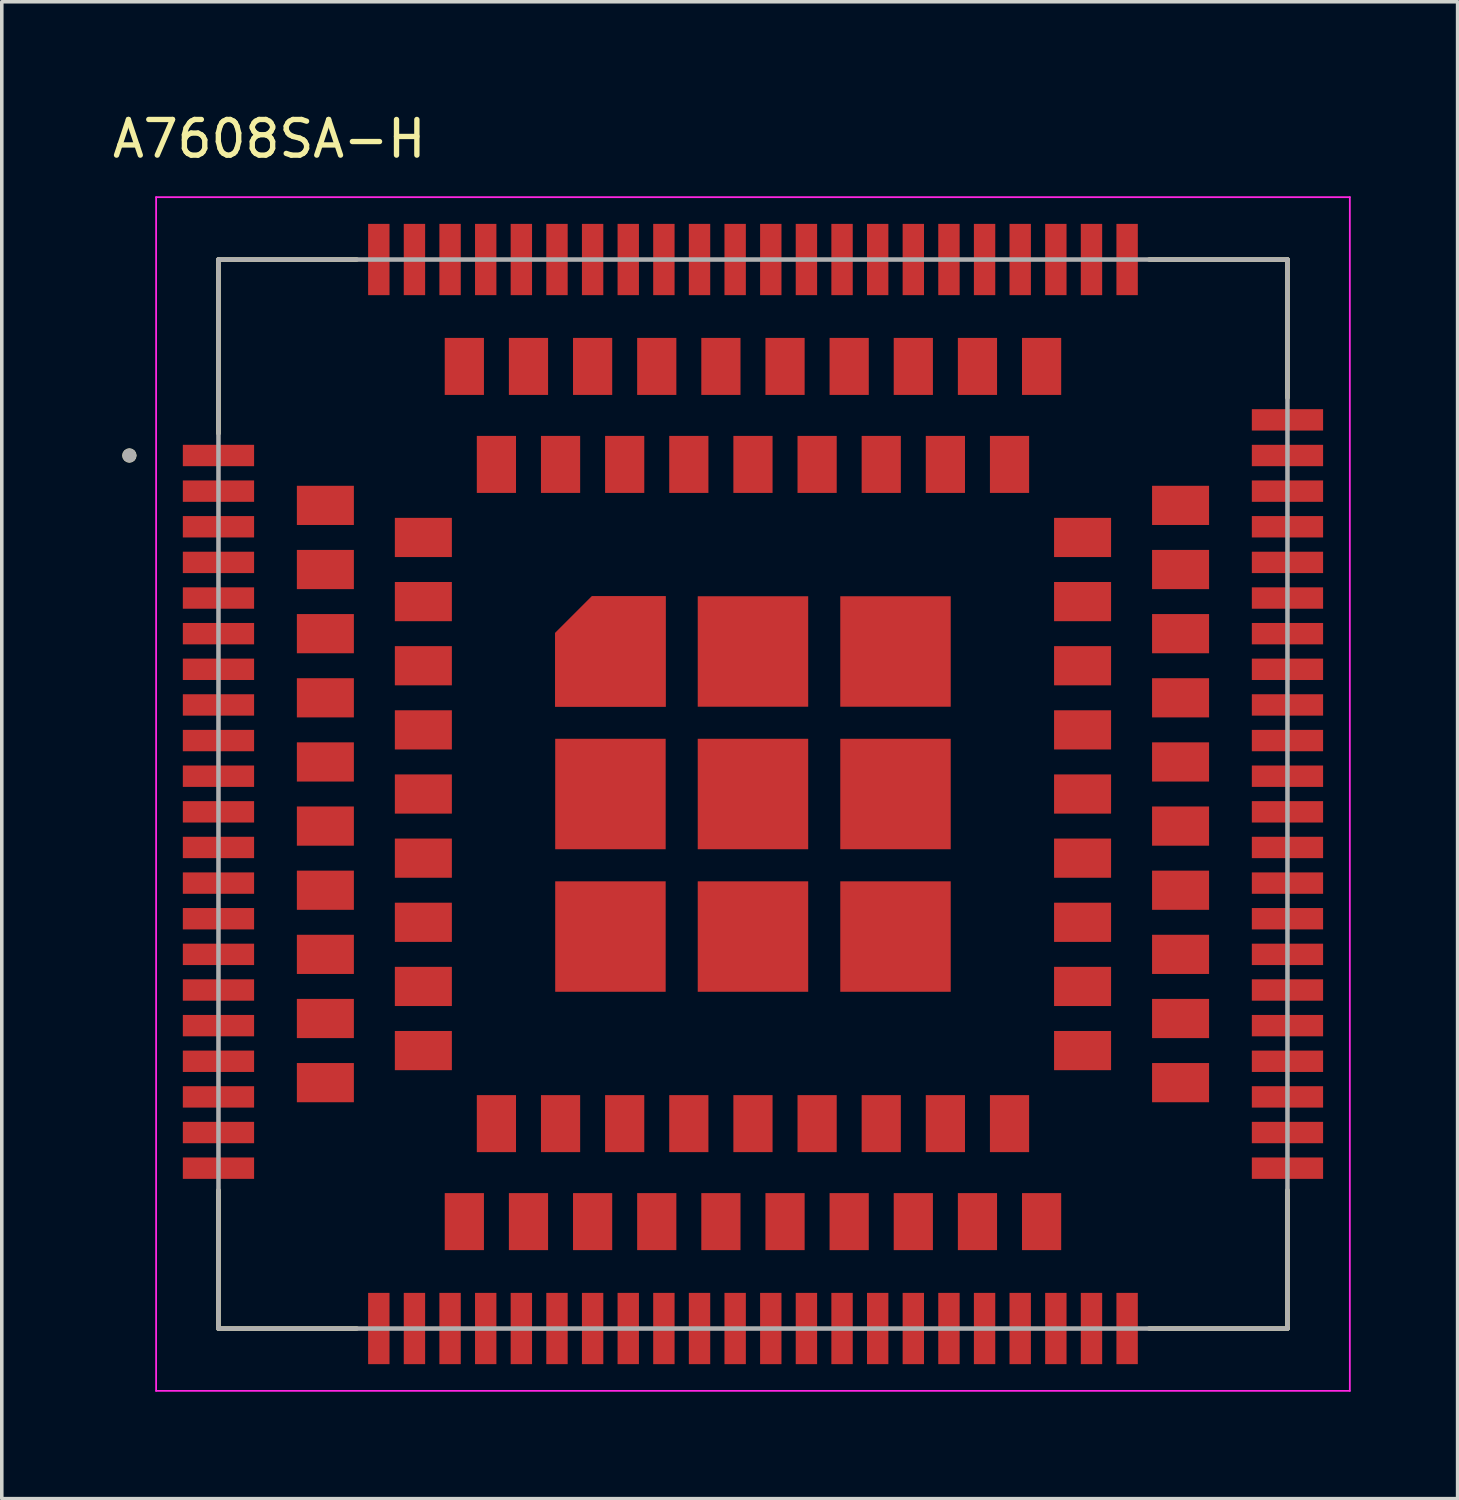
<source format=kicad_pcb>
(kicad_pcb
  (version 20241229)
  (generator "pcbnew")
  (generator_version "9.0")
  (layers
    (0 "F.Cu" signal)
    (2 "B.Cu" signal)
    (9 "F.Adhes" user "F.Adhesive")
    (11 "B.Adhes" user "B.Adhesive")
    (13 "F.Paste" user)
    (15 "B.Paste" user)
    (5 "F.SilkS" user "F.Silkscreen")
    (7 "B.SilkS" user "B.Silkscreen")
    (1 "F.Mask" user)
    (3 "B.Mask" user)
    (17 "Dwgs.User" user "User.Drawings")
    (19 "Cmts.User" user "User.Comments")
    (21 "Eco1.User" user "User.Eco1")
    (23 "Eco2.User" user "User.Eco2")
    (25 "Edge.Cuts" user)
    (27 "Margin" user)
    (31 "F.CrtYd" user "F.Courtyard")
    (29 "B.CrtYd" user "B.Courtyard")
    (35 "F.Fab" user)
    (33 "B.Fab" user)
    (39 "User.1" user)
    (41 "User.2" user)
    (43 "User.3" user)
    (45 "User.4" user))
  (footprint "A7608SA-H"
    (layer "F.Cu")
    (at 18.081 19.233)
    (property "Reference" "A7608SA-H" (at -13.575 -18.385 0) (layer "F.SilkS") (effects (font (size 1 1) (thickness 0.15))))
    (attr through_hole)
    (fp_poly (pts (xy -2.35 -2.35) (xy -5.65 -2.35) (xy -5.65 -4.561) (xy -4.561 -5.65) (xy -2.35 -5.65)) (stroke (width 0.01) (type solid)) (fill yes) (layer "F.Mask"))
    (fp_line (start -15 -15) (end -11.12 -15) (stroke (width 0.127) (type solid)) (layer "F.SilkS"))
    (fp_line (start -15 -10.12) (end -15 -15) (stroke (width 0.127) (type solid)) (layer "F.SilkS"))
    (fp_line (start -15 15) (end -15 11.12) (stroke (width 0.127) (type solid)) (layer "F.SilkS"))
    (fp_line (start -11.12 15) (end -15 15) (stroke (width 0.127) (type solid)) (layer "F.SilkS"))
    (fp_line (start 11.12 -15) (end 15 -15) (stroke (width 0.127) (type solid)) (layer "F.SilkS"))
    (fp_line (start 15 -15) (end 15 -11.12) (stroke (width 0.127) (type solid)) (layer "F.SilkS"))
    (fp_line (start 15 15) (end 11.12 15) (stroke (width 0.127) (type solid)) (layer "F.SilkS"))
    (fp_line (start 15 15) (end 15 11.12) (stroke (width 0.127) (type solid)) (layer "F.SilkS"))
    (fp_circle (center -17.5 -9.5) (end -17.4 -9.5) (stroke (width 0.2) (type solid)) (fill no) (layer "F.SilkS"))
    (fp_poly (pts (xy -16.5 -9.75) (xy -14 -9.75) (xy -14 -9.25) (xy -16.5 -9.25)) (stroke (width 0.01) (type solid)) (fill yes) (layer "F.Paste"))
    (fp_poly (pts (xy -16.5 -8.75) (xy -14 -8.75) (xy -14 -8.25) (xy -16.5 -8.25)) (stroke (width 0.01) (type solid)) (fill yes) (layer "F.Paste"))
    (fp_poly (pts (xy -16.5 -7.75) (xy -14 -7.75) (xy -14 -7.25) (xy -16.5 -7.25)) (stroke (width 0.01) (type solid)) (fill yes) (layer "F.Paste"))
    (fp_poly (pts (xy -16.5 -6.75) (xy -14 -6.75) (xy -14 -6.25) (xy -16.5 -6.25)) (stroke (width 0.01) (type solid)) (fill yes) (layer "F.Paste"))
    (fp_poly (pts (xy -16.5 -5.75) (xy -14 -5.75) (xy -14 -5.25) (xy -16.5 -5.25)) (stroke (width 0.01) (type solid)) (fill yes) (layer "F.Paste"))
    (fp_poly (pts (xy -16.5 -4.75) (xy -14 -4.75) (xy -14 -4.25) (xy -16.5 -4.25)) (stroke (width 0.01) (type solid)) (fill yes) (layer "F.Paste"))
    (fp_poly (pts (xy -16.5 -3.75) (xy -14 -3.75) (xy -14 -3.25) (xy -16.5 -3.25)) (stroke (width 0.01) (type solid)) (fill yes) (layer "F.Paste"))
    (fp_poly (pts (xy -16.5 -2.75) (xy -14 -2.75) (xy -14 -2.25) (xy -16.5 -2.25)) (stroke (width 0.01) (type solid)) (fill yes) (layer "F.Paste"))
    (fp_poly (pts (xy -16.5 -1.75) (xy -14 -1.75) (xy -14 -1.25) (xy -16.5 -1.25)) (stroke (width 0.01) (type solid)) (fill yes) (layer "F.Paste"))
    (fp_poly (pts (xy -16.5 -0.75) (xy -14 -0.75) (xy -14 -0.25) (xy -16.5 -0.25)) (stroke (width 0.01) (type solid)) (fill yes) (layer "F.Paste"))
    (fp_poly (pts (xy -16.5 0.25) (xy -14 0.25) (xy -14 0.75) (xy -16.5 0.75)) (stroke (width 0.01) (type solid)) (fill yes) (layer "F.Paste"))
    (fp_poly (pts (xy -16.5 1.25) (xy -14 1.25) (xy -14 1.75) (xy -16.5 1.75)) (stroke (width 0.01) (type solid)) (fill yes) (layer "F.Paste"))
    (fp_poly (pts (xy -16.5 2.25) (xy -14 2.25) (xy -14 2.75) (xy -16.5 2.75)) (stroke (width 0.01) (type solid)) (fill yes) (layer "F.Paste"))
    (fp_poly (pts (xy -16.5 3.25) (xy -14 3.25) (xy -14 3.75) (xy -16.5 3.75)) (stroke (width 0.01) (type solid)) (fill yes) (layer "F.Paste"))
    (fp_poly (pts (xy -16.5 4.25) (xy -14 4.25) (xy -14 4.75) (xy -16.5 4.75)) (stroke (width 0.01) (type solid)) (fill yes) (layer "F.Paste"))
    (fp_poly (pts (xy -16.5 5.25) (xy -14 5.25) (xy -14 5.75) (xy -16.5 5.75)) (stroke (width 0.01) (type solid)) (fill yes) (layer "F.Paste"))
    (fp_poly (pts (xy -16.5 6.25) (xy -14 6.25) (xy -14 6.75) (xy -16.5 6.75)) (stroke (width 0.01) (type solid)) (fill yes) (layer "F.Paste"))
    (fp_poly (pts (xy -16.5 7.25) (xy -14 7.25) (xy -14 7.75) (xy -16.5 7.75)) (stroke (width 0.01) (type solid)) (fill yes) (layer "F.Paste"))
    (fp_poly (pts (xy -16.5 8.25) (xy -14 8.25) (xy -14 8.75) (xy -16.5 8.75)) (stroke (width 0.01) (type solid)) (fill yes) (layer "F.Paste"))
    (fp_poly (pts (xy -16.5 9.25) (xy -14 9.25) (xy -14 9.75) (xy -16.5 9.75)) (stroke (width 0.01) (type solid)) (fill yes) (layer "F.Paste"))
    (fp_poly (pts (xy -16.5 10.25) (xy -14 10.25) (xy -14 10.75) (xy -16.5 10.75)) (stroke (width 0.01) (type solid)) (fill yes) (layer "F.Paste"))
    (fp_poly (pts (xy -12.7 -8.55) (xy -12.1 -8.55) (xy -12.1 -7.65) (xy -12.7 -7.65)) (stroke (width 0.01) (type solid)) (fill yes) (layer "F.Paste"))
    (fp_poly (pts (xy -12.7 -6.75) (xy -12.1 -6.75) (xy -12.1 -5.85) (xy -12.7 -5.85)) (stroke (width 0.01) (type solid)) (fill yes) (layer "F.Paste"))
    (fp_poly (pts (xy -12.7 -4.95) (xy -12.1 -4.95) (xy -12.1 -4.05) (xy -12.7 -4.05)) (stroke (width 0.01) (type solid)) (fill yes) (layer "F.Paste"))
    (fp_poly (pts (xy -12.7 -3.15) (xy -12.1 -3.15) (xy -12.1 -2.25) (xy -12.7 -2.25)) (stroke (width 0.01) (type solid)) (fill yes) (layer "F.Paste"))
    (fp_poly (pts (xy -12.7 -1.35) (xy -12.1 -1.35) (xy -12.1 -0.45) (xy -12.7 -0.45)) (stroke (width 0.01) (type solid)) (fill yes) (layer "F.Paste"))
    (fp_poly (pts (xy -12.7 0.45) (xy -12.1 0.45) (xy -12.1 1.35) (xy -12.7 1.35)) (stroke (width 0.01) (type solid)) (fill yes) (layer "F.Paste"))
    (fp_poly (pts (xy -12.7 2.25) (xy -12.1 2.25) (xy -12.1 3.15) (xy -12.7 3.15)) (stroke (width 0.01) (type solid)) (fill yes) (layer "F.Paste"))
    (fp_poly (pts (xy -12.7 4.05) (xy -12.1 4.05) (xy -12.1 4.95) (xy -12.7 4.95)) (stroke (width 0.01) (type solid)) (fill yes) (layer "F.Paste"))
    (fp_poly (pts (xy -12.7 5.85) (xy -12.1 5.85) (xy -12.1 6.75) (xy -12.7 6.75)) (stroke (width 0.01) (type solid)) (fill yes) (layer "F.Paste"))
    (fp_poly (pts (xy -12.7 7.65) (xy -12.1 7.65) (xy -12.1 8.55) (xy -12.7 8.55)) (stroke (width 0.01) (type solid)) (fill yes) (layer "F.Paste"))
    (fp_poly (pts (xy -11.9 -8.55) (xy -11.3 -8.55) (xy -11.3 -7.65) (xy -11.9 -7.65)) (stroke (width 0.01) (type solid)) (fill yes) (layer "F.Paste"))
    (fp_poly (pts (xy -11.9 -6.75) (xy -11.3 -6.75) (xy -11.3 -5.85) (xy -11.9 -5.85)) (stroke (width 0.01) (type solid)) (fill yes) (layer "F.Paste"))
    (fp_poly (pts (xy -11.9 -4.95) (xy -11.3 -4.95) (xy -11.3 -4.05) (xy -11.9 -4.05)) (stroke (width 0.01) (type solid)) (fill yes) (layer "F.Paste"))
    (fp_poly (pts (xy -11.9 -3.15) (xy -11.3 -3.15) (xy -11.3 -2.25) (xy -11.9 -2.25)) (stroke (width 0.01) (type solid)) (fill yes) (layer "F.Paste"))
    (fp_poly (pts (xy -11.9 -1.35) (xy -11.3 -1.35) (xy -11.3 -0.45) (xy -11.9 -0.45)) (stroke (width 0.01) (type solid)) (fill yes) (layer "F.Paste"))
    (fp_poly (pts (xy -11.9 0.45) (xy -11.3 0.45) (xy -11.3 1.35) (xy -11.9 1.35)) (stroke (width 0.01) (type solid)) (fill yes) (layer "F.Paste"))
    (fp_poly (pts (xy -11.9 2.25) (xy -11.3 2.25) (xy -11.3 3.15) (xy -11.9 3.15)) (stroke (width 0.01) (type solid)) (fill yes) (layer "F.Paste"))
    (fp_poly (pts (xy -11.9 4.05) (xy -11.3 4.05) (xy -11.3 4.95) (xy -11.9 4.95)) (stroke (width 0.01) (type solid)) (fill yes) (layer "F.Paste"))
    (fp_poly (pts (xy -11.9 5.85) (xy -11.3 5.85) (xy -11.3 6.75) (xy -11.9 6.75)) (stroke (width 0.01) (type solid)) (fill yes) (layer "F.Paste"))
    (fp_poly (pts (xy -11.9 7.65) (xy -11.3 7.65) (xy -11.3 8.55) (xy -11.9 8.55)) (stroke (width 0.01) (type solid)) (fill yes) (layer "F.Paste"))
    (fp_poly (pts (xy -10.75 -16.5) (xy -10.25 -16.5) (xy -10.25 -14) (xy -10.75 -14)) (stroke (width 0.01) (type solid)) (fill yes) (layer "F.Paste"))
    (fp_poly (pts (xy -10.75 14) (xy -10.25 14) (xy -10.25 16.5) (xy -10.75 16.5)) (stroke (width 0.01) (type solid)) (fill yes) (layer "F.Paste"))
    (fp_poly (pts (xy -9.95 -7.65) (xy -9.35 -7.65) (xy -9.35 -6.75) (xy -9.95 -6.75)) (stroke (width 0.01) (type solid)) (fill yes) (layer "F.Paste"))
    (fp_poly (pts (xy -9.95 -5.85) (xy -9.35 -5.85) (xy -9.35 -4.95) (xy -9.95 -4.95)) (stroke (width 0.01) (type solid)) (fill yes) (layer "F.Paste"))
    (fp_poly (pts (xy -9.95 -4.05) (xy -9.35 -4.05) (xy -9.35 -3.15) (xy -9.95 -3.15)) (stroke (width 0.01) (type solid)) (fill yes) (layer "F.Paste"))
    (fp_poly (pts (xy -9.95 -2.25) (xy -9.35 -2.25) (xy -9.35 -1.35) (xy -9.95 -1.35)) (stroke (width 0.01) (type solid)) (fill yes) (layer "F.Paste"))
    (fp_poly (pts (xy -9.95 -0.45) (xy -9.35 -0.45) (xy -9.35 0.45) (xy -9.95 0.45)) (stroke (width 0.01) (type solid)) (fill yes) (layer "F.Paste"))
    (fp_poly (pts (xy -9.95 1.35) (xy -9.35 1.35) (xy -9.35 2.25) (xy -9.95 2.25)) (stroke (width 0.01) (type solid)) (fill yes) (layer "F.Paste"))
    (fp_poly (pts (xy -9.95 3.15) (xy -9.35 3.15) (xy -9.35 4.05) (xy -9.95 4.05)) (stroke (width 0.01) (type solid)) (fill yes) (layer "F.Paste"))
    (fp_poly (pts (xy -9.95 4.95) (xy -9.35 4.95) (xy -9.35 5.85) (xy -9.95 5.85)) (stroke (width 0.01) (type solid)) (fill yes) (layer "F.Paste"))
    (fp_poly (pts (xy -9.95 6.75) (xy -9.35 6.75) (xy -9.35 7.65) (xy -9.95 7.65)) (stroke (width 0.01) (type solid)) (fill yes) (layer "F.Paste"))
    (fp_poly (pts (xy -9.75 -16.5) (xy -9.25 -16.5) (xy -9.25 -14) (xy -9.75 -14)) (stroke (width 0.01) (type solid)) (fill yes) (layer "F.Paste"))
    (fp_poly (pts (xy -9.75 14) (xy -9.25 14) (xy -9.25 16.5) (xy -9.75 16.5)) (stroke (width 0.01) (type solid)) (fill yes) (layer "F.Paste"))
    (fp_poly (pts (xy -9.15 -7.65) (xy -8.55 -7.65) (xy -8.55 -6.75) (xy -9.15 -6.75)) (stroke (width 0.01) (type solid)) (fill yes) (layer "F.Paste"))
    (fp_poly (pts (xy -9.15 -5.85) (xy -8.55 -5.85) (xy -8.55 -4.95) (xy -9.15 -4.95)) (stroke (width 0.01) (type solid)) (fill yes) (layer "F.Paste"))
    (fp_poly (pts (xy -9.15 -4.05) (xy -8.55 -4.05) (xy -8.55 -3.15) (xy -9.15 -3.15)) (stroke (width 0.01) (type solid)) (fill yes) (layer "F.Paste"))
    (fp_poly (pts (xy -9.15 -2.25) (xy -8.55 -2.25) (xy -8.55 -1.35) (xy -9.15 -1.35)) (stroke (width 0.01) (type solid)) (fill yes) (layer "F.Paste"))
    (fp_poly (pts (xy -9.15 -0.45) (xy -8.55 -0.45) (xy -8.55 0.45) (xy -9.15 0.45)) (stroke (width 0.01) (type solid)) (fill yes) (layer "F.Paste"))
    (fp_poly (pts (xy -9.15 1.35) (xy -8.55 1.35) (xy -8.55 2.25) (xy -9.15 2.25)) (stroke (width 0.01) (type solid)) (fill yes) (layer "F.Paste"))
    (fp_poly (pts (xy -9.15 3.15) (xy -8.55 3.15) (xy -8.55 4.05) (xy -9.15 4.05)) (stroke (width 0.01) (type solid)) (fill yes) (layer "F.Paste"))
    (fp_poly (pts (xy -9.15 4.95) (xy -8.55 4.95) (xy -8.55 5.85) (xy -9.15 5.85)) (stroke (width 0.01) (type solid)) (fill yes) (layer "F.Paste"))
    (fp_poly (pts (xy -9.15 6.75) (xy -8.55 6.75) (xy -8.55 7.65) (xy -9.15 7.65)) (stroke (width 0.01) (type solid)) (fill yes) (layer "F.Paste"))
    (fp_poly (pts (xy -8.75 -16.5) (xy -8.25 -16.5) (xy -8.25 -14) (xy -8.75 -14)) (stroke (width 0.01) (type solid)) (fill yes) (layer "F.Paste"))
    (fp_poly (pts (xy -8.75 14) (xy -8.25 14) (xy -8.25 16.5) (xy -8.75 16.5)) (stroke (width 0.01) (type solid)) (fill yes) (layer "F.Paste"))
    (fp_poly (pts (xy -8.55 -12.7) (xy -7.65 -12.7) (xy -7.65 -12.1) (xy -8.55 -12.1)) (stroke (width 0.01) (type solid)) (fill yes) (layer "F.Paste"))
    (fp_poly (pts (xy -8.55 -11.9) (xy -7.65 -11.9) (xy -7.65 -11.3) (xy -8.55 -11.3)) (stroke (width 0.01) (type solid)) (fill yes) (layer "F.Paste"))
    (fp_poly (pts (xy -8.55 11.3) (xy -7.65 11.3) (xy -7.65 11.9) (xy -8.55 11.9)) (stroke (width 0.01) (type solid)) (fill yes) (layer "F.Paste"))
    (fp_poly (pts (xy -8.55 12.1) (xy -7.65 12.1) (xy -7.65 12.7) (xy -8.55 12.7)) (stroke (width 0.01) (type solid)) (fill yes) (layer "F.Paste"))
    (fp_poly (pts (xy -7.75 -16.5) (xy -7.25 -16.5) (xy -7.25 -14) (xy -7.75 -14)) (stroke (width 0.01) (type solid)) (fill yes) (layer "F.Paste"))
    (fp_poly (pts (xy -7.75 14) (xy -7.25 14) (xy -7.25 16.5) (xy -7.75 16.5)) (stroke (width 0.01) (type solid)) (fill yes) (layer "F.Paste"))
    (fp_poly (pts (xy -7.65 -9.95) (xy -6.75 -9.95) (xy -6.75 -9.35) (xy -7.65 -9.35)) (stroke (width 0.01) (type solid)) (fill yes) (layer "F.Paste"))
    (fp_poly (pts (xy -7.65 -9.15) (xy -6.75 -9.15) (xy -6.75 -8.55) (xy -7.65 -8.55)) (stroke (width 0.01) (type solid)) (fill yes) (layer "F.Paste"))
    (fp_poly (pts (xy -7.65 8.55) (xy -6.75 8.55) (xy -6.75 9.15) (xy -7.65 9.15)) (stroke (width 0.01) (type solid)) (fill yes) (layer "F.Paste"))
    (fp_poly (pts (xy -7.65 9.35) (xy -6.75 9.35) (xy -6.75 9.95) (xy -7.65 9.95)) (stroke (width 0.01) (type solid)) (fill yes) (layer "F.Paste"))
    (fp_poly (pts (xy -6.75 -16.5) (xy -6.25 -16.5) (xy -6.25 -14) (xy -6.75 -14)) (stroke (width 0.01) (type solid)) (fill yes) (layer "F.Paste"))
    (fp_poly (pts (xy -6.75 -12.7) (xy -5.85 -12.7) (xy -5.85 -12.1) (xy -6.75 -12.1)) (stroke (width 0.01) (type solid)) (fill yes) (layer "F.Paste"))
    (fp_poly (pts (xy -6.75 -11.9) (xy -5.85 -11.9) (xy -5.85 -11.3) (xy -6.75 -11.3)) (stroke (width 0.01) (type solid)) (fill yes) (layer "F.Paste"))
    (fp_poly (pts (xy -6.75 11.3) (xy -5.85 11.3) (xy -5.85 11.9) (xy -6.75 11.9)) (stroke (width 0.01) (type solid)) (fill yes) (layer "F.Paste"))
    (fp_poly (pts (xy -6.75 12.1) (xy -5.85 12.1) (xy -5.85 12.7) (xy -6.75 12.7)) (stroke (width 0.01) (type solid)) (fill yes) (layer "F.Paste"))
    (fp_poly (pts (xy -6.75 14) (xy -6.25 14) (xy -6.25 16.5) (xy -6.75 16.5)) (stroke (width 0.01) (type solid)) (fill yes) (layer "F.Paste"))
    (fp_poly (pts (xy -5.85 -9.95) (xy -4.95 -9.95) (xy -4.95 -9.35) (xy -5.85 -9.35)) (stroke (width 0.01) (type solid)) (fill yes) (layer "F.Paste"))
    (fp_poly (pts (xy -5.85 -9.15) (xy -4.95 -9.15) (xy -4.95 -8.55) (xy -5.85 -8.55)) (stroke (width 0.01) (type solid)) (fill yes) (layer "F.Paste"))
    (fp_poly (pts (xy -5.85 8.55) (xy -4.95 8.55) (xy -4.95 9.15) (xy -5.85 9.15)) (stroke (width 0.01) (type solid)) (fill yes) (layer "F.Paste"))
    (fp_poly (pts (xy -5.85 9.35) (xy -4.95 9.35) (xy -4.95 9.95) (xy -5.85 9.95)) (stroke (width 0.01) (type solid)) (fill yes) (layer "F.Paste"))
    (fp_poly (pts (xy -5.75 -16.5) (xy -5.25 -16.5) (xy -5.25 -14) (xy -5.75 -14)) (stroke (width 0.01) (type solid)) (fill yes) (layer "F.Paste"))
    (fp_poly (pts (xy -5.75 14) (xy -5.25 14) (xy -5.25 16.5) (xy -5.75 16.5)) (stroke (width 0.01) (type solid)) (fill yes) (layer "F.Paste"))
    (fp_poly (pts (xy -5.2 -3.9) (xy -4.1 -3.9) (xy -4.1 -2.8) (xy -5.2 -2.8)) (stroke (width 0.01) (type solid)) (fill yes) (layer "F.Paste"))
    (fp_poly (pts (xy -5.2 -1.2) (xy -4.1 -1.2) (xy -4.1 -0.1) (xy -5.2 -0.1)) (stroke (width 0.01) (type solid)) (fill yes) (layer "F.Paste"))
    (fp_poly (pts (xy -5.2 0.1) (xy -4.1 0.1) (xy -4.1 1.2) (xy -5.2 1.2)) (stroke (width 0.01) (type solid)) (fill yes) (layer "F.Paste"))
    (fp_poly (pts (xy -5.2 2.8) (xy -4.1 2.8) (xy -4.1 3.9) (xy -5.2 3.9)) (stroke (width 0.01) (type solid)) (fill yes) (layer "F.Paste"))
    (fp_poly (pts (xy -5.2 4.1) (xy -4.1 4.1) (xy -4.1 5.2) (xy -5.2 5.2)) (stroke (width 0.01) (type solid)) (fill yes) (layer "F.Paste"))
    (fp_poly (pts (xy -4.95 -12.7) (xy -4.05 -12.7) (xy -4.05 -12.1) (xy -4.95 -12.1)) (stroke (width 0.01) (type solid)) (fill yes) (layer "F.Paste"))
    (fp_poly (pts (xy -4.95 -11.9) (xy -4.05 -11.9) (xy -4.05 -11.3) (xy -4.95 -11.3)) (stroke (width 0.01) (type solid)) (fill yes) (layer "F.Paste"))
    (fp_poly (pts (xy -4.95 11.3) (xy -4.05 11.3) (xy -4.05 11.9) (xy -4.95 11.9)) (stroke (width 0.01) (type solid)) (fill yes) (layer "F.Paste"))
    (fp_poly (pts (xy -4.95 12.1) (xy -4.05 12.1) (xy -4.05 12.7) (xy -4.95 12.7)) (stroke (width 0.01) (type solid)) (fill yes) (layer "F.Paste"))
    (fp_poly (pts (xy -4.75 -16.5) (xy -4.25 -16.5) (xy -4.25 -14) (xy -4.75 -14)) (stroke (width 0.01) (type solid)) (fill yes) (layer "F.Paste"))
    (fp_poly (pts (xy -4.75 14) (xy -4.25 14) (xy -4.25 16.5) (xy -4.75 16.5)) (stroke (width 0.01) (type solid)) (fill yes) (layer "F.Paste"))
    (fp_poly (pts (xy -4.05 -9.95) (xy -3.15 -9.95) (xy -3.15 -9.35) (xy -4.05 -9.35)) (stroke (width 0.01) (type solid)) (fill yes) (layer "F.Paste"))
    (fp_poly (pts (xy -4.05 -9.15) (xy -3.15 -9.15) (xy -3.15 -8.55) (xy -4.05 -8.55)) (stroke (width 0.01) (type solid)) (fill yes) (layer "F.Paste"))
    (fp_poly (pts (xy -4.05 8.55) (xy -3.15 8.55) (xy -3.15 9.15) (xy -4.05 9.15)) (stroke (width 0.01) (type solid)) (fill yes) (layer "F.Paste"))
    (fp_poly (pts (xy -4.05 9.35) (xy -3.15 9.35) (xy -3.15 9.95) (xy -4.05 9.95)) (stroke (width 0.01) (type solid)) (fill yes) (layer "F.Paste"))
    (fp_poly (pts (xy -3.9 -5.2) (xy -2.8 -5.2) (xy -2.8 -4.1) (xy -3.9 -4.1)) (stroke (width 0.01) (type solid)) (fill yes) (layer "F.Paste"))
    (fp_poly (pts (xy -3.9 -3.9) (xy -2.8 -3.9) (xy -2.8 -2.8) (xy -3.9 -2.8)) (stroke (width 0.01) (type solid)) (fill yes) (layer "F.Paste"))
    (fp_poly (pts (xy -3.9 -1.2) (xy -2.8 -1.2) (xy -2.8 -0.1) (xy -3.9 -0.1)) (stroke (width 0.01) (type solid)) (fill yes) (layer "F.Paste"))
    (fp_poly (pts (xy -3.9 0.1) (xy -2.8 0.1) (xy -2.8 1.2) (xy -3.9 1.2)) (stroke (width 0.01) (type solid)) (fill yes) (layer "F.Paste"))
    (fp_poly (pts (xy -3.9 2.8) (xy -2.8 2.8) (xy -2.8 3.9) (xy -3.9 3.9)) (stroke (width 0.01) (type solid)) (fill yes) (layer "F.Paste"))
    (fp_poly (pts (xy -3.9 4.1) (xy -2.8 4.1) (xy -2.8 5.2) (xy -3.9 5.2)) (stroke (width 0.01) (type solid)) (fill yes) (layer "F.Paste"))
    (fp_poly (pts (xy -3.75 -16.5) (xy -3.25 -16.5) (xy -3.25 -14) (xy -3.75 -14)) (stroke (width 0.01) (type solid)) (fill yes) (layer "F.Paste"))
    (fp_poly (pts (xy -3.75 14) (xy -3.25 14) (xy -3.25 16.5) (xy -3.75 16.5)) (stroke (width 0.01) (type solid)) (fill yes) (layer "F.Paste"))
    (fp_poly (pts (xy -3.15 -12.7) (xy -2.25 -12.7) (xy -2.25 -12.1) (xy -3.15 -12.1)) (stroke (width 0.01) (type solid)) (fill yes) (layer "F.Paste"))
    (fp_poly (pts (xy -3.15 -11.9) (xy -2.25 -11.9) (xy -2.25 -11.3) (xy -3.15 -11.3)) (stroke (width 0.01) (type solid)) (fill yes) (layer "F.Paste"))
    (fp_poly (pts (xy -3.15 11.3) (xy -2.25 11.3) (xy -2.25 11.9) (xy -3.15 11.9)) (stroke (width 0.01) (type solid)) (fill yes) (layer "F.Paste"))
    (fp_poly (pts (xy -3.15 12.1) (xy -2.25 12.1) (xy -2.25 12.7) (xy -3.15 12.7)) (stroke (width 0.01) (type solid)) (fill yes) (layer "F.Paste"))
    (fp_poly (pts (xy -2.75 -16.5) (xy -2.25 -16.5) (xy -2.25 -14) (xy -2.75 -14)) (stroke (width 0.01) (type solid)) (fill yes) (layer "F.Paste"))
    (fp_poly (pts (xy -2.75 14) (xy -2.25 14) (xy -2.25 16.5) (xy -2.75 16.5)) (stroke (width 0.01) (type solid)) (fill yes) (layer "F.Paste"))
    (fp_poly (pts (xy -2.25 -9.95) (xy -1.35 -9.95) (xy -1.35 -9.35) (xy -2.25 -9.35)) (stroke (width 0.01) (type solid)) (fill yes) (layer "F.Paste"))
    (fp_poly (pts (xy -2.25 -9.15) (xy -1.35 -9.15) (xy -1.35 -8.55) (xy -2.25 -8.55)) (stroke (width 0.01) (type solid)) (fill yes) (layer "F.Paste"))
    (fp_poly (pts (xy -2.25 8.55) (xy -1.35 8.55) (xy -1.35 9.15) (xy -2.25 9.15)) (stroke (width 0.01) (type solid)) (fill yes) (layer "F.Paste"))
    (fp_poly (pts (xy -2.25 9.35) (xy -1.35 9.35) (xy -1.35 9.95) (xy -2.25 9.95)) (stroke (width 0.01) (type solid)) (fill yes) (layer "F.Paste"))
    (fp_poly (pts (xy -1.75 -16.5) (xy -1.25 -16.5) (xy -1.25 -14) (xy -1.75 -14)) (stroke (width 0.01) (type solid)) (fill yes) (layer "F.Paste"))
    (fp_poly (pts (xy -1.75 14) (xy -1.25 14) (xy -1.25 16.5) (xy -1.75 16.5)) (stroke (width 0.01) (type solid)) (fill yes) (layer "F.Paste"))
    (fp_poly (pts (xy -1.35 -12.7) (xy -0.45 -12.7) (xy -0.45 -12.1) (xy -1.35 -12.1)) (stroke (width 0.01) (type solid)) (fill yes) (layer "F.Paste"))
    (fp_poly (pts (xy -1.35 -11.9) (xy -0.45 -11.9) (xy -0.45 -11.3) (xy -1.35 -11.3)) (stroke (width 0.01) (type solid)) (fill yes) (layer "F.Paste"))
    (fp_poly (pts (xy -1.35 11.3) (xy -0.45 11.3) (xy -0.45 11.9) (xy -1.35 11.9)) (stroke (width 0.01) (type solid)) (fill yes) (layer "F.Paste"))
    (fp_poly (pts (xy -1.35 12.1) (xy -0.45 12.1) (xy -0.45 12.7) (xy -1.35 12.7)) (stroke (width 0.01) (type solid)) (fill yes) (layer "F.Paste"))
    (fp_poly (pts (xy -1.2 -5.2) (xy -0.1 -5.2) (xy -0.1 -4.1) (xy -1.2 -4.1)) (stroke (width 0.01) (type solid)) (fill yes) (layer "F.Paste"))
    (fp_poly (pts (xy -1.2 -3.9) (xy -0.1 -3.9) (xy -0.1 -2.8) (xy -1.2 -2.8)) (stroke (width 0.01) (type solid)) (fill yes) (layer "F.Paste"))
    (fp_poly (pts (xy -1.2 -1.2) (xy -0.1 -1.2) (xy -0.1 -0.1) (xy -1.2 -0.1)) (stroke (width 0.01) (type solid)) (fill yes) (layer "F.Paste"))
    (fp_poly (pts (xy -1.2 0.1) (xy -0.1 0.1) (xy -0.1 1.2) (xy -1.2 1.2)) (stroke (width 0.01) (type solid)) (fill yes) (layer "F.Paste"))
    (fp_poly (pts (xy -1.2 2.8) (xy -0.1 2.8) (xy -0.1 3.9) (xy -1.2 3.9)) (stroke (width 0.01) (type solid)) (fill yes) (layer "F.Paste"))
    (fp_poly (pts (xy -1.2 4.1) (xy -0.1 4.1) (xy -0.1 5.2) (xy -1.2 5.2)) (stroke (width 0.01) (type solid)) (fill yes) (layer "F.Paste"))
    (fp_poly (pts (xy -0.75 -16.5) (xy -0.25 -16.5) (xy -0.25 -14) (xy -0.75 -14)) (stroke (width 0.01) (type solid)) (fill yes) (layer "F.Paste"))
    (fp_poly (pts (xy -0.75 14) (xy -0.25 14) (xy -0.25 16.5) (xy -0.75 16.5)) (stroke (width 0.01) (type solid)) (fill yes) (layer "F.Paste"))
    (fp_poly (pts (xy -0.45 -9.95) (xy 0.45 -9.95) (xy 0.45 -9.35) (xy -0.45 -9.35)) (stroke (width 0.01) (type solid)) (fill yes) (layer "F.Paste"))
    (fp_poly (pts (xy -0.45 -9.15) (xy 0.45 -9.15) (xy 0.45 -8.55) (xy -0.45 -8.55)) (stroke (width 0.01) (type solid)) (fill yes) (layer "F.Paste"))
    (fp_poly (pts (xy -0.45 8.55) (xy 0.45 8.55) (xy 0.45 9.15) (xy -0.45 9.15)) (stroke (width 0.01) (type solid)) (fill yes) (layer "F.Paste"))
    (fp_poly (pts (xy -0.45 9.35) (xy 0.45 9.35) (xy 0.45 9.95) (xy -0.45 9.95)) (stroke (width 0.01) (type solid)) (fill yes) (layer "F.Paste"))
    (fp_poly (pts (xy 0.1 -5.2) (xy 1.2 -5.2) (xy 1.2 -4.1) (xy 0.1 -4.1)) (stroke (width 0.01) (type solid)) (fill yes) (layer "F.Paste"))
    (fp_poly (pts (xy 0.1 -3.9) (xy 1.2 -3.9) (xy 1.2 -2.8) (xy 0.1 -2.8)) (stroke (width 0.01) (type solid)) (fill yes) (layer "F.Paste"))
    (fp_poly (pts (xy 0.1 -1.2) (xy 1.2 -1.2) (xy 1.2 -0.1) (xy 0.1 -0.1)) (stroke (width 0.01) (type solid)) (fill yes) (layer "F.Paste"))
    (fp_poly (pts (xy 0.1 0.1) (xy 1.2 0.1) (xy 1.2 1.2) (xy 0.1 1.2)) (stroke (width 0.01) (type solid)) (fill yes) (layer "F.Paste"))
    (fp_poly (pts (xy 0.1 2.8) (xy 1.2 2.8) (xy 1.2 3.9) (xy 0.1 3.9)) (stroke (width 0.01) (type solid)) (fill yes) (layer "F.Paste"))
    (fp_poly (pts (xy 0.1 4.1) (xy 1.2 4.1) (xy 1.2 5.2) (xy 0.1 5.2)) (stroke (width 0.01) (type solid)) (fill yes) (layer "F.Paste"))
    (fp_poly (pts (xy 0.25 -16.5) (xy 0.75 -16.5) (xy 0.75 -14) (xy 0.25 -14)) (stroke (width 0.01) (type solid)) (fill yes) (layer "F.Paste"))
    (fp_poly (pts (xy 0.25 14) (xy 0.75 14) (xy 0.75 16.5) (xy 0.25 16.5)) (stroke (width 0.01) (type solid)) (fill yes) (layer "F.Paste"))
    (fp_poly (pts (xy 0.45 -12.7) (xy 1.35 -12.7) (xy 1.35 -12.1) (xy 0.45 -12.1)) (stroke (width 0.01) (type solid)) (fill yes) (layer "F.Paste"))
    (fp_poly (pts (xy 0.45 -11.9) (xy 1.35 -11.9) (xy 1.35 -11.3) (xy 0.45 -11.3)) (stroke (width 0.01) (type solid)) (fill yes) (layer "F.Paste"))
    (fp_poly (pts (xy 0.45 11.3) (xy 1.35 11.3) (xy 1.35 11.9) (xy 0.45 11.9)) (stroke (width 0.01) (type solid)) (fill yes) (layer "F.Paste"))
    (fp_poly (pts (xy 0.45 12.1) (xy 1.35 12.1) (xy 1.35 12.7) (xy 0.45 12.7)) (stroke (width 0.01) (type solid)) (fill yes) (layer "F.Paste"))
    (fp_poly (pts (xy 1.25 -16.5) (xy 1.75 -16.5) (xy 1.75 -14) (xy 1.25 -14)) (stroke (width 0.01) (type solid)) (fill yes) (layer "F.Paste"))
    (fp_poly (pts (xy 1.25 14) (xy 1.75 14) (xy 1.75 16.5) (xy 1.25 16.5)) (stroke (width 0.01) (type solid)) (fill yes) (layer "F.Paste"))
    (fp_poly (pts (xy 1.35 -9.95) (xy 2.25 -9.95) (xy 2.25 -9.35) (xy 1.35 -9.35)) (stroke (width 0.01) (type solid)) (fill yes) (layer "F.Paste"))
    (fp_poly (pts (xy 1.35 -9.15) (xy 2.25 -9.15) (xy 2.25 -8.55) (xy 1.35 -8.55)) (stroke (width 0.01) (type solid)) (fill yes) (layer "F.Paste"))
    (fp_poly (pts (xy 1.35 8.55) (xy 2.25 8.55) (xy 2.25 9.15) (xy 1.35 9.15)) (stroke (width 0.01) (type solid)) (fill yes) (layer "F.Paste"))
    (fp_poly (pts (xy 1.35 9.35) (xy 2.25 9.35) (xy 2.25 9.95) (xy 1.35 9.95)) (stroke (width 0.01) (type solid)) (fill yes) (layer "F.Paste"))
    (fp_poly (pts (xy 2.25 -16.5) (xy 2.75 -16.5) (xy 2.75 -14) (xy 2.25 -14)) (stroke (width 0.01) (type solid)) (fill yes) (layer "F.Paste"))
    (fp_poly (pts (xy 2.25 -12.7) (xy 3.15 -12.7) (xy 3.15 -12.1) (xy 2.25 -12.1)) (stroke (width 0.01) (type solid)) (fill yes) (layer "F.Paste"))
    (fp_poly (pts (xy 2.25 -11.9) (xy 3.15 -11.9) (xy 3.15 -11.3) (xy 2.25 -11.3)) (stroke (width 0.01) (type solid)) (fill yes) (layer "F.Paste"))
    (fp_poly (pts (xy 2.25 11.3) (xy 3.15 11.3) (xy 3.15 11.9) (xy 2.25 11.9)) (stroke (width 0.01) (type solid)) (fill yes) (layer "F.Paste"))
    (fp_poly (pts (xy 2.25 12.1) (xy 3.15 12.1) (xy 3.15 12.7) (xy 2.25 12.7)) (stroke (width 0.01) (type solid)) (fill yes) (layer "F.Paste"))
    (fp_poly (pts (xy 2.25 14) (xy 2.75 14) (xy 2.75 16.5) (xy 2.25 16.5)) (stroke (width 0.01) (type solid)) (fill yes) (layer "F.Paste"))
    (fp_poly (pts (xy 2.8 -5.2) (xy 3.9 -5.2) (xy 3.9 -4.1) (xy 2.8 -4.1)) (stroke (width 0.01) (type solid)) (fill yes) (layer "F.Paste"))
    (fp_poly (pts (xy 2.8 -3.9) (xy 3.9 -3.9) (xy 3.9 -2.8) (xy 2.8 -2.8)) (stroke (width 0.01) (type solid)) (fill yes) (layer "F.Paste"))
    (fp_poly (pts (xy 2.8 -1.2) (xy 3.9 -1.2) (xy 3.9 -0.1) (xy 2.8 -0.1)) (stroke (width 0.01) (type solid)) (fill yes) (layer "F.Paste"))
    (fp_poly (pts (xy 2.8 0.1) (xy 3.9 0.1) (xy 3.9 1.2) (xy 2.8 1.2)) (stroke (width 0.01) (type solid)) (fill yes) (layer "F.Paste"))
    (fp_poly (pts (xy 2.8 2.8) (xy 3.9 2.8) (xy 3.9 3.9) (xy 2.8 3.9)) (stroke (width 0.01) (type solid)) (fill yes) (layer "F.Paste"))
    (fp_poly (pts (xy 2.8 4.1) (xy 3.9 4.1) (xy 3.9 5.2) (xy 2.8 5.2)) (stroke (width 0.01) (type solid)) (fill yes) (layer "F.Paste"))
    (fp_poly (pts (xy 3.15 -9.95) (xy 4.05 -9.95) (xy 4.05 -9.35) (xy 3.15 -9.35)) (stroke (width 0.01) (type solid)) (fill yes) (layer "F.Paste"))
    (fp_poly (pts (xy 3.15 -9.15) (xy 4.05 -9.15) (xy 4.05 -8.55) (xy 3.15 -8.55)) (stroke (width 0.01) (type solid)) (fill yes) (layer "F.Paste"))
    (fp_poly (pts (xy 3.15 8.55) (xy 4.05 8.55) (xy 4.05 9.15) (xy 3.15 9.15)) (stroke (width 0.01) (type solid)) (fill yes) (layer "F.Paste"))
    (fp_poly (pts (xy 3.15 9.35) (xy 4.05 9.35) (xy 4.05 9.95) (xy 3.15 9.95)) (stroke (width 0.01) (type solid)) (fill yes) (layer "F.Paste"))
    (fp_poly (pts (xy 3.25 -16.5) (xy 3.75 -16.5) (xy 3.75 -14) (xy 3.25 -14)) (stroke (width 0.01) (type solid)) (fill yes) (layer "F.Paste"))
    (fp_poly (pts (xy 3.25 14) (xy 3.75 14) (xy 3.75 16.5) (xy 3.25 16.5)) (stroke (width 0.01) (type solid)) (fill yes) (layer "F.Paste"))
    (fp_poly (pts (xy 4.05 -12.7) (xy 4.95 -12.7) (xy 4.95 -12.1) (xy 4.05 -12.1)) (stroke (width 0.01) (type solid)) (fill yes) (layer "F.Paste"))
    (fp_poly (pts (xy 4.05 -11.9) (xy 4.95 -11.9) (xy 4.95 -11.3) (xy 4.05 -11.3)) (stroke (width 0.01) (type solid)) (fill yes) (layer "F.Paste"))
    (fp_poly (pts (xy 4.05 11.3) (xy 4.95 11.3) (xy 4.95 11.9) (xy 4.05 11.9)) (stroke (width 0.01) (type solid)) (fill yes) (layer "F.Paste"))
    (fp_poly (pts (xy 4.05 12.1) (xy 4.95 12.1) (xy 4.95 12.7) (xy 4.05 12.7)) (stroke (width 0.01) (type solid)) (fill yes) (layer "F.Paste"))
    (fp_poly (pts (xy 4.1 -5.2) (xy 5.2 -5.2) (xy 5.2 -4.1) (xy 4.1 -4.1)) (stroke (width 0.01) (type solid)) (fill yes) (layer "F.Paste"))
    (fp_poly (pts (xy 4.1 -3.9) (xy 5.2 -3.9) (xy 5.2 -2.8) (xy 4.1 -2.8)) (stroke (width 0.01) (type solid)) (fill yes) (layer "F.Paste"))
    (fp_poly (pts (xy 4.1 -1.2) (xy 5.2 -1.2) (xy 5.2 -0.1) (xy 4.1 -0.1)) (stroke (width 0.01) (type solid)) (fill yes) (layer "F.Paste"))
    (fp_poly (pts (xy 4.1 0.1) (xy 5.2 0.1) (xy 5.2 1.2) (xy 4.1 1.2)) (stroke (width 0.01) (type solid)) (fill yes) (layer "F.Paste"))
    (fp_poly (pts (xy 4.1 2.8) (xy 5.2 2.8) (xy 5.2 3.9) (xy 4.1 3.9)) (stroke (width 0.01) (type solid)) (fill yes) (layer "F.Paste"))
    (fp_poly (pts (xy 4.1 4.1) (xy 5.2 4.1) (xy 5.2 5.2) (xy 4.1 5.2)) (stroke (width 0.01) (type solid)) (fill yes) (layer "F.Paste"))
    (fp_poly (pts (xy 4.25 -16.5) (xy 4.75 -16.5) (xy 4.75 -14) (xy 4.25 -14)) (stroke (width 0.01) (type solid)) (fill yes) (layer "F.Paste"))
    (fp_poly (pts (xy 4.25 14) (xy 4.75 14) (xy 4.75 16.5) (xy 4.25 16.5)) (stroke (width 0.01) (type solid)) (fill yes) (layer "F.Paste"))
    (fp_poly (pts (xy 4.95 -9.95) (xy 5.85 -9.95) (xy 5.85 -9.35) (xy 4.95 -9.35)) (stroke (width 0.01) (type solid)) (fill yes) (layer "F.Paste"))
    (fp_poly (pts (xy 4.95 -9.15) (xy 5.85 -9.15) (xy 5.85 -8.55) (xy 4.95 -8.55)) (stroke (width 0.01) (type solid)) (fill yes) (layer "F.Paste"))
    (fp_poly (pts (xy 4.95 8.55) (xy 5.85 8.55) (xy 5.85 9.15) (xy 4.95 9.15)) (stroke (width 0.01) (type solid)) (fill yes) (layer "F.Paste"))
    (fp_poly (pts (xy 4.95 9.35) (xy 5.85 9.35) (xy 5.85 9.95) (xy 4.95 9.95)) (stroke (width 0.01) (type solid)) (fill yes) (layer "F.Paste"))
    (fp_poly (pts (xy 5.25 -16.5) (xy 5.75 -16.5) (xy 5.75 -14) (xy 5.25 -14)) (stroke (width 0.01) (type solid)) (fill yes) (layer "F.Paste"))
    (fp_poly (pts (xy 5.25 14) (xy 5.75 14) (xy 5.75 16.5) (xy 5.25 16.5)) (stroke (width 0.01) (type solid)) (fill yes) (layer "F.Paste"))
    (fp_poly (pts (xy 5.85 -12.7) (xy 6.75 -12.7) (xy 6.75 -12.1) (xy 5.85 -12.1)) (stroke (width 0.01) (type solid)) (fill yes) (layer "F.Paste"))
    (fp_poly (pts (xy 5.85 -11.9) (xy 6.75 -11.9) (xy 6.75 -11.3) (xy 5.85 -11.3)) (stroke (width 0.01) (type solid)) (fill yes) (layer "F.Paste"))
    (fp_poly (pts (xy 5.85 11.3) (xy 6.75 11.3) (xy 6.75 11.9) (xy 5.85 11.9)) (stroke (width 0.01) (type solid)) (fill yes) (layer "F.Paste"))
    (fp_poly (pts (xy 5.85 12.1) (xy 6.75 12.1) (xy 6.75 12.7) (xy 5.85 12.7)) (stroke (width 0.01) (type solid)) (fill yes) (layer "F.Paste"))
    (fp_poly (pts (xy 6.25 -16.5) (xy 6.75 -16.5) (xy 6.75 -14) (xy 6.25 -14)) (stroke (width 0.01) (type solid)) (fill yes) (layer "F.Paste"))
    (fp_poly (pts (xy 6.25 14) (xy 6.75 14) (xy 6.75 16.5) (xy 6.25 16.5)) (stroke (width 0.01) (type solid)) (fill yes) (layer "F.Paste"))
    (fp_poly (pts (xy 6.75 -9.95) (xy 7.65 -9.95) (xy 7.65 -9.35) (xy 6.75 -9.35)) (stroke (width 0.01) (type solid)) (fill yes) (layer "F.Paste"))
    (fp_poly (pts (xy 6.75 -9.15) (xy 7.65 -9.15) (xy 7.65 -8.55) (xy 6.75 -8.55)) (stroke (width 0.01) (type solid)) (fill yes) (layer "F.Paste"))
    (fp_poly (pts (xy 6.75 8.55) (xy 7.65 8.55) (xy 7.65 9.15) (xy 6.75 9.15)) (stroke (width 0.01) (type solid)) (fill yes) (layer "F.Paste"))
    (fp_poly (pts (xy 6.75 9.35) (xy 7.65 9.35) (xy 7.65 9.95) (xy 6.75 9.95)) (stroke (width 0.01) (type solid)) (fill yes) (layer "F.Paste"))
    (fp_poly (pts (xy 7.25 -16.5) (xy 7.75 -16.5) (xy 7.75 -14) (xy 7.25 -14)) (stroke (width 0.01) (type solid)) (fill yes) (layer "F.Paste"))
    (fp_poly (pts (xy 7.25 14) (xy 7.75 14) (xy 7.75 16.5) (xy 7.25 16.5)) (stroke (width 0.01) (type solid)) (fill yes) (layer "F.Paste"))
    (fp_poly (pts (xy 7.65 -12.7) (xy 8.55 -12.7) (xy 8.55 -12.1) (xy 7.65 -12.1)) (stroke (width 0.01) (type solid)) (fill yes) (layer "F.Paste"))
    (fp_poly (pts (xy 7.65 -11.9) (xy 8.55 -11.9) (xy 8.55 -11.3) (xy 7.65 -11.3)) (stroke (width 0.01) (type solid)) (fill yes) (layer "F.Paste"))
    (fp_poly (pts (xy 7.65 11.3) (xy 8.55 11.3) (xy 8.55 11.9) (xy 7.65 11.9)) (stroke (width 0.01) (type solid)) (fill yes) (layer "F.Paste"))
    (fp_poly (pts (xy 7.65 12.1) (xy 8.55 12.1) (xy 8.55 12.7) (xy 7.65 12.7)) (stroke (width 0.01) (type solid)) (fill yes) (layer "F.Paste"))
    (fp_poly (pts (xy 8.25 -16.5) (xy 8.75 -16.5) (xy 8.75 -14) (xy 8.25 -14)) (stroke (width 0.01) (type solid)) (fill yes) (layer "F.Paste"))
    (fp_poly (pts (xy 8.25 14) (xy 8.75 14) (xy 8.75 16.5) (xy 8.25 16.5)) (stroke (width 0.01) (type solid)) (fill yes) (layer "F.Paste"))
    (fp_poly (pts (xy 8.55 -7.65) (xy 9.15 -7.65) (xy 9.15 -6.75) (xy 8.55 -6.75)) (stroke (width 0.01) (type solid)) (fill yes) (layer "F.Paste"))
    (fp_poly (pts (xy 8.55 -5.85) (xy 9.15 -5.85) (xy 9.15 -4.95) (xy 8.55 -4.95)) (stroke (width 0.01) (type solid)) (fill yes) (layer "F.Paste"))
    (fp_poly (pts (xy 8.55 -4.05) (xy 9.15 -4.05) (xy 9.15 -3.15) (xy 8.55 -3.15)) (stroke (width 0.01) (type solid)) (fill yes) (layer "F.Paste"))
    (fp_poly (pts (xy 8.55 -2.25) (xy 9.15 -2.25) (xy 9.15 -1.35) (xy 8.55 -1.35)) (stroke (width 0.01) (type solid)) (fill yes) (layer "F.Paste"))
    (fp_poly (pts (xy 8.55 -0.45) (xy 9.15 -0.45) (xy 9.15 0.45) (xy 8.55 0.45)) (stroke (width 0.01) (type solid)) (fill yes) (layer "F.Paste"))
    (fp_poly (pts (xy 8.55 1.35) (xy 9.15 1.35) (xy 9.15 2.25) (xy 8.55 2.25)) (stroke (width 0.01) (type solid)) (fill yes) (layer "F.Paste"))
    (fp_poly (pts (xy 8.55 3.15) (xy 9.15 3.15) (xy 9.15 4.05) (xy 8.55 4.05)) (stroke (width 0.01) (type solid)) (fill yes) (layer "F.Paste"))
    (fp_poly (pts (xy 8.55 4.95) (xy 9.15 4.95) (xy 9.15 5.85) (xy 8.55 5.85)) (stroke (width 0.01) (type solid)) (fill yes) (layer "F.Paste"))
    (fp_poly (pts (xy 8.55 6.75) (xy 9.15 6.75) (xy 9.15 7.65) (xy 8.55 7.65)) (stroke (width 0.01) (type solid)) (fill yes) (layer "F.Paste"))
    (fp_poly (pts (xy 9.25 -16.5) (xy 9.75 -16.5) (xy 9.75 -14) (xy 9.25 -14)) (stroke (width 0.01) (type solid)) (fill yes) (layer "F.Paste"))
    (fp_poly (pts (xy 9.25 14) (xy 9.75 14) (xy 9.75 16.5) (xy 9.25 16.5)) (stroke (width 0.01) (type solid)) (fill yes) (layer "F.Paste"))
    (fp_poly (pts (xy 9.35 -7.65) (xy 9.95 -7.65) (xy 9.95 -6.75) (xy 9.35 -6.75)) (stroke (width 0.01) (type solid)) (fill yes) (layer "F.Paste"))
    (fp_poly (pts (xy 9.35 -5.85) (xy 9.95 -5.85) (xy 9.95 -4.95) (xy 9.35 -4.95)) (stroke (width 0.01) (type solid)) (fill yes) (layer "F.Paste"))
    (fp_poly (pts (xy 9.35 -4.05) (xy 9.95 -4.05) (xy 9.95 -3.15) (xy 9.35 -3.15)) (stroke (width 0.01) (type solid)) (fill yes) (layer "F.Paste"))
    (fp_poly (pts (xy 9.35 -2.25) (xy 9.95 -2.25) (xy 9.95 -1.35) (xy 9.35 -1.35)) (stroke (width 0.01) (type solid)) (fill yes) (layer "F.Paste"))
    (fp_poly (pts (xy 9.35 -0.45) (xy 9.95 -0.45) (xy 9.95 0.45) (xy 9.35 0.45)) (stroke (width 0.01) (type solid)) (fill yes) (layer "F.Paste"))
    (fp_poly (pts (xy 9.35 1.35) (xy 9.95 1.35) (xy 9.95 2.25) (xy 9.35 2.25)) (stroke (width 0.01) (type solid)) (fill yes) (layer "F.Paste"))
    (fp_poly (pts (xy 9.35 3.15) (xy 9.95 3.15) (xy 9.95 4.05) (xy 9.35 4.05)) (stroke (width 0.01) (type solid)) (fill yes) (layer "F.Paste"))
    (fp_poly (pts (xy 9.35 4.95) (xy 9.95 4.95) (xy 9.95 5.85) (xy 9.35 5.85)) (stroke (width 0.01) (type solid)) (fill yes) (layer "F.Paste"))
    (fp_poly (pts (xy 9.35 6.75) (xy 9.95 6.75) (xy 9.95 7.65) (xy 9.35 7.65)) (stroke (width 0.01) (type solid)) (fill yes) (layer "F.Paste"))
    (fp_poly (pts (xy 10.25 -16.5) (xy 10.75 -16.5) (xy 10.75 -14) (xy 10.25 -14)) (stroke (width 0.01) (type solid)) (fill yes) (layer "F.Paste"))
    (fp_poly (pts (xy 10.25 14) (xy 10.75 14) (xy 10.75 16.5) (xy 10.25 16.5)) (stroke (width 0.01) (type solid)) (fill yes) (layer "F.Paste"))
    (fp_poly (pts (xy 11.3 -8.55) (xy 11.9 -8.55) (xy 11.9 -7.65) (xy 11.3 -7.65)) (stroke (width 0.01) (type solid)) (fill yes) (layer "F.Paste"))
    (fp_poly (pts (xy 11.3 -6.75) (xy 11.9 -6.75) (xy 11.9 -5.85) (xy 11.3 -5.85)) (stroke (width 0.01) (type solid)) (fill yes) (layer "F.Paste"))
    (fp_poly (pts (xy 11.3 -4.95) (xy 11.9 -4.95) (xy 11.9 -4.05) (xy 11.3 -4.05)) (stroke (width 0.01) (type solid)) (fill yes) (layer "F.Paste"))
    (fp_poly (pts (xy 11.3 -3.15) (xy 11.9 -3.15) (xy 11.9 -2.25) (xy 11.3 -2.25)) (stroke (width 0.01) (type solid)) (fill yes) (layer "F.Paste"))
    (fp_poly (pts (xy 11.3 -1.35) (xy 11.9 -1.35) (xy 11.9 -0.45) (xy 11.3 -0.45)) (stroke (width 0.01) (type solid)) (fill yes) (layer "F.Paste"))
    (fp_poly (pts (xy 11.3 0.45) (xy 11.9 0.45) (xy 11.9 1.35) (xy 11.3 1.35)) (stroke (width 0.01) (type solid)) (fill yes) (layer "F.Paste"))
    (fp_poly (pts (xy 11.3 2.25) (xy 11.9 2.25) (xy 11.9 3.15) (xy 11.3 3.15)) (stroke (width 0.01) (type solid)) (fill yes) (layer "F.Paste"))
    (fp_poly (pts (xy 11.3 4.05) (xy 11.9 4.05) (xy 11.9 4.95) (xy 11.3 4.95)) (stroke (width 0.01) (type solid)) (fill yes) (layer "F.Paste"))
    (fp_poly (pts (xy 11.3 5.85) (xy 11.9 5.85) (xy 11.9 6.75) (xy 11.3 6.75)) (stroke (width 0.01) (type solid)) (fill yes) (layer "F.Paste"))
    (fp_poly (pts (xy 11.3 7.65) (xy 11.9 7.65) (xy 11.9 8.55) (xy 11.3 8.55)) (stroke (width 0.01) (type solid)) (fill yes) (layer "F.Paste"))
    (fp_poly (pts (xy 12.1 -8.55) (xy 12.7 -8.55) (xy 12.7 -7.65) (xy 12.1 -7.65)) (stroke (width 0.01) (type solid)) (fill yes) (layer "F.Paste"))
    (fp_poly (pts (xy 12.1 -6.75) (xy 12.7 -6.75) (xy 12.7 -5.85) (xy 12.1 -5.85)) (stroke (width 0.01) (type solid)) (fill yes) (layer "F.Paste"))
    (fp_poly (pts (xy 12.1 -4.95) (xy 12.7 -4.95) (xy 12.7 -4.05) (xy 12.1 -4.05)) (stroke (width 0.01) (type solid)) (fill yes) (layer "F.Paste"))
    (fp_poly (pts (xy 12.1 -3.15) (xy 12.7 -3.15) (xy 12.7 -2.25) (xy 12.1 -2.25)) (stroke (width 0.01) (type solid)) (fill yes) (layer "F.Paste"))
    (fp_poly (pts (xy 12.1 -1.35) (xy 12.7 -1.35) (xy 12.7 -0.45) (xy 12.1 -0.45)) (stroke (width 0.01) (type solid)) (fill yes) (layer "F.Paste"))
    (fp_poly (pts (xy 12.1 0.45) (xy 12.7 0.45) (xy 12.7 1.35) (xy 12.1 1.35)) (stroke (width 0.01) (type solid)) (fill yes) (layer "F.Paste"))
    (fp_poly (pts (xy 12.1 2.25) (xy 12.7 2.25) (xy 12.7 3.15) (xy 12.1 3.15)) (stroke (width 0.01) (type solid)) (fill yes) (layer "F.Paste"))
    (fp_poly (pts (xy 12.1 4.05) (xy 12.7 4.05) (xy 12.7 4.95) (xy 12.1 4.95)) (stroke (width 0.01) (type solid)) (fill yes) (layer "F.Paste"))
    (fp_poly (pts (xy 12.1 5.85) (xy 12.7 5.85) (xy 12.7 6.75) (xy 12.1 6.75)) (stroke (width 0.01) (type solid)) (fill yes) (layer "F.Paste"))
    (fp_poly (pts (xy 12.1 7.65) (xy 12.7 7.65) (xy 12.7 8.55) (xy 12.1 8.55)) (stroke (width 0.01) (type solid)) (fill yes) (layer "F.Paste"))
    (fp_poly (pts (xy 14 -10.75) (xy 16.5 -10.75) (xy 16.5 -10.25) (xy 14 -10.25)) (stroke (width 0.01) (type solid)) (fill yes) (layer "F.Paste"))
    (fp_poly (pts (xy 14 -9.75) (xy 16.5 -9.75) (xy 16.5 -9.25) (xy 14 -9.25)) (stroke (width 0.01) (type solid)) (fill yes) (layer "F.Paste"))
    (fp_poly (pts (xy 14 -8.75) (xy 16.5 -8.75) (xy 16.5 -8.25) (xy 14 -8.25)) (stroke (width 0.01) (type solid)) (fill yes) (layer "F.Paste"))
    (fp_poly (pts (xy 14 -7.75) (xy 16.5 -7.75) (xy 16.5 -7.25) (xy 14 -7.25)) (stroke (width 0.01) (type solid)) (fill yes) (layer "F.Paste"))
    (fp_poly (pts (xy 14 -6.75) (xy 16.5 -6.75) (xy 16.5 -6.25) (xy 14 -6.25)) (stroke (width 0.01) (type solid)) (fill yes) (layer "F.Paste"))
    (fp_poly (pts (xy 14 -5.75) (xy 16.5 -5.75) (xy 16.5 -5.25) (xy 14 -5.25)) (stroke (width 0.01) (type solid)) (fill yes) (layer "F.Paste"))
    (fp_poly (pts (xy 14 -4.75) (xy 16.5 -4.75) (xy 16.5 -4.25) (xy 14 -4.25)) (stroke (width 0.01) (type solid)) (fill yes) (layer "F.Paste"))
    (fp_poly (pts (xy 14 -3.75) (xy 16.5 -3.75) (xy 16.5 -3.25) (xy 14 -3.25)) (stroke (width 0.01) (type solid)) (fill yes) (layer "F.Paste"))
    (fp_poly (pts (xy 14 -2.75) (xy 16.5 -2.75) (xy 16.5 -2.25) (xy 14 -2.25)) (stroke (width 0.01) (type solid)) (fill yes) (layer "F.Paste"))
    (fp_poly (pts (xy 14 -1.75) (xy 16.5 -1.75) (xy 16.5 -1.25) (xy 14 -1.25)) (stroke (width 0.01) (type solid)) (fill yes) (layer "F.Paste"))
    (fp_poly (pts (xy 14 -0.75) (xy 16.5 -0.75) (xy 16.5 -0.25) (xy 14 -0.25)) (stroke (width 0.01) (type solid)) (fill yes) (layer "F.Paste"))
    (fp_poly (pts (xy 14 0.25) (xy 16.5 0.25) (xy 16.5 0.75) (xy 14 0.75)) (stroke (width 0.01) (type solid)) (fill yes) (layer "F.Paste"))
    (fp_poly (pts (xy 14 1.25) (xy 16.5 1.25) (xy 16.5 1.75) (xy 14 1.75)) (stroke (width 0.01) (type solid)) (fill yes) (layer "F.Paste"))
    (fp_poly (pts (xy 14 2.25) (xy 16.5 2.25) (xy 16.5 2.75) (xy 14 2.75)) (stroke (width 0.01) (type solid)) (fill yes) (layer "F.Paste"))
    (fp_poly (pts (xy 14 3.25) (xy 16.5 3.25) (xy 16.5 3.75) (xy 14 3.75)) (stroke (width 0.01) (type solid)) (fill yes) (layer "F.Paste"))
    (fp_poly (pts (xy 14 4.25) (xy 16.5 4.25) (xy 16.5 4.75) (xy 14 4.75)) (stroke (width 0.01) (type solid)) (fill yes) (layer "F.Paste"))
    (fp_poly (pts (xy 14 5.25) (xy 16.5 5.25) (xy 16.5 5.75) (xy 14 5.75)) (stroke (width 0.01) (type solid)) (fill yes) (layer "F.Paste"))
    (fp_poly (pts (xy 14 6.25) (xy 16.5 6.25) (xy 16.5 6.75) (xy 14 6.75)) (stroke (width 0.01) (type solid)) (fill yes) (layer "F.Paste"))
    (fp_poly (pts (xy 14 7.25) (xy 16.5 7.25) (xy 16.5 7.75) (xy 14 7.75)) (stroke (width 0.01) (type solid)) (fill yes) (layer "F.Paste"))
    (fp_poly (pts (xy 14 8.25) (xy 16.5 8.25) (xy 16.5 8.75) (xy 14 8.75)) (stroke (width 0.01) (type solid)) (fill yes) (layer "F.Paste"))
    (fp_poly (pts (xy 14 9.25) (xy 16.5 9.25) (xy 16.5 9.75) (xy 14 9.75)) (stroke (width 0.01) (type solid)) (fill yes) (layer "F.Paste"))
    (fp_poly (pts (xy 14 10.25) (xy 16.5 10.25) (xy 16.5 10.75) (xy 14 10.75)) (stroke (width 0.01) (type solid)) (fill yes) (layer "F.Paste"))
    (fp_poly (pts (xy -5.2 -4.375) (xy -5.2 -4.1) (xy -4.1 -4.1) (xy -4.1 -5.2) (xy -4.375 -5.2)) (stroke (width 0.01) (type solid)) (fill yes) (layer "F.Paste"))
    (fp_line (start -16.75 -16.75) (end -16.75 16.75) (stroke (width 0.05) (type solid)) (layer "F.CrtYd"))
    (fp_line (start -16.75 16.75) (end 16.75 16.75) (stroke (width 0.05) (type solid)) (layer "F.CrtYd"))
    (fp_line (start 16.75 -16.75) (end -16.75 -16.75) (stroke (width 0.05) (type solid)) (layer "F.CrtYd"))
    (fp_line (start 16.75 16.75) (end 16.75 -16.75) (stroke (width 0.05) (type solid)) (layer "F.CrtYd"))
    (fp_line (start -15 -15) (end 15 -15) (stroke (width 0.127) (type solid)) (layer "F.Fab"))
    (fp_line (start -15 15) (end -15 -15) (stroke (width 0.127) (type solid)) (layer "F.Fab"))
    (fp_line (start 15 -15) (end 15 15) (stroke (width 0.127) (type solid)) (layer "F.Fab"))
    (fp_line (start 15 15) (end -15 15) (stroke (width 0.127) (type solid)) (layer "F.Fab"))
    (fp_circle (center -17.5 -9.5) (end -17.4 -9.5) (stroke (width 0.2) (type solid)) (fill no) (layer "F.Fab"))
    (pad "1" smd rect (at -15 -9.5) (size 2 0.6) (layers "F.Cu" "F.Mask"))
    (pad "2" smd rect (at -15 -8.5) (size 2 0.6) (layers "F.Cu" "F.Mask"))
    (pad "3" smd rect (at -15 -7.5) (size 2 0.6) (layers "F.Cu" "F.Mask"))
    (pad "4" smd rect (at -15 -6.5) (size 2 0.6) (layers "F.Cu" "F.Mask"))
    (pad "5" smd rect (at -15 -5.5) (size 2 0.6) (layers "F.Cu" "F.Mask"))
    (pad "6" smd rect (at -15 -4.5) (size 2 0.6) (layers "F.Cu" "F.Mask"))
    (pad "7" smd rect (at -15 -3.5) (size 2 0.6) (layers "F.Cu" "F.Mask"))
    (pad "8" smd rect (at -15 -2.5) (size 2 0.6) (layers "F.Cu" "F.Mask"))
    (pad "9" smd rect (at -15 -1.5) (size 2 0.6) (layers "F.Cu" "F.Mask"))
    (pad "10" smd rect (at -15 -0.5) (size 2 0.6) (layers "F.Cu" "F.Mask"))
    (pad "11" smd rect (at -15 0.5) (size 2 0.6) (layers "F.Cu" "F.Mask"))
    (pad "12" smd rect (at -15 1.5) (size 2 0.6) (layers "F.Cu" "F.Mask"))
    (pad "13" smd rect (at -15 2.5) (size 2 0.6) (layers "F.Cu" "F.Mask"))
    (pad "14" smd rect (at -15 3.5) (size 2 0.6) (layers "F.Cu" "F.Mask"))
    (pad "15" smd rect (at -15 4.5) (size 2 0.6) (layers "F.Cu" "F.Mask"))
    (pad "16" smd rect (at -15 5.5) (size 2 0.6) (layers "F.Cu" "F.Mask"))
    (pad "17" smd rect (at -15 6.5) (size 2 0.6) (layers "F.Cu" "F.Mask"))
    (pad "18" smd rect (at -15 7.5) (size 2 0.6) (layers "F.Cu" "F.Mask"))
    (pad "19" smd rect (at -15 8.5) (size 2 0.6) (layers "F.Cu" "F.Mask"))
    (pad "20" smd rect (at -15 9.5) (size 2 0.6) (layers "F.Cu" "F.Mask"))
    (pad "21" smd rect (at -9.5 15) (size 0.6 2) (layers "F.Cu" "F.Mask"))
    (pad "22" smd rect (at -8.5 15) (size 0.6 2) (layers "F.Cu" "F.Mask"))
    (pad "23" smd rect (at -7.5 15) (size 0.6 2) (layers "F.Cu" "F.Mask"))
    (pad "24" smd rect (at -6.5 15) (size 0.6 2) (layers "F.Cu" "F.Mask"))
    (pad "25" smd rect (at -5.5 15) (size 0.6 2) (layers "F.Cu" "F.Mask"))
    (pad "26" smd rect (at -4.5 15) (size 0.6 2) (layers "F.Cu" "F.Mask"))
    (pad "27" smd rect (at -3.5 15) (size 0.6 2) (layers "F.Cu" "F.Mask"))
    (pad "28" smd rect (at -2.5 15) (size 0.6 2) (layers "F.Cu" "F.Mask"))
    (pad "29" smd rect (at -1.5 15) (size 0.6 2) (layers "F.Cu" "F.Mask"))
    (pad "30" smd rect (at -0.5 15) (size 0.6 2) (layers "F.Cu" "F.Mask"))
    (pad "31" smd rect (at 0.5 15) (size 0.6 2) (layers "F.Cu" "F.Mask"))
    (pad "32" smd rect (at 1.5 15) (size 0.6 2) (layers "F.Cu" "F.Mask"))
    (pad "33" smd rect (at 2.5 15) (size 0.6 2) (layers "F.Cu" "F.Mask"))
    (pad "34" smd rect (at 3.5 15) (size 0.6 2) (layers "F.Cu" "F.Mask"))
    (pad "35" smd rect (at 4.5 15) (size 0.6 2) (layers "F.Cu" "F.Mask"))
    (pad "36" smd rect (at 5.5 15) (size 0.6 2) (layers "F.Cu" "F.Mask"))
    (pad "37" smd rect (at 6.5 15) (size 0.6 2) (layers "F.Cu" "F.Mask"))
    (pad "38" smd rect (at 7.5 15) (size 0.6 2) (layers "F.Cu" "F.Mask"))
    (pad "39" smd rect (at 8.5 15) (size 0.6 2) (layers "F.Cu" "F.Mask"))
    (pad "40" smd rect (at 9.5 15) (size 0.6 2) (layers "F.Cu" "F.Mask"))
    (pad "41" smd rect (at 15 9.5) (size 2 0.6) (layers "F.Cu" "F.Mask"))
    (pad "42" smd rect (at 15 8.5) (size 2 0.6) (layers "F.Cu" "F.Mask"))
    (pad "43" smd rect (at 15 7.5) (size 2 0.6) (layers "F.Cu" "F.Mask"))
    (pad "44" smd rect (at 15 6.5) (size 2 0.6) (layers "F.Cu" "F.Mask"))
    (pad "45" smd rect (at 15 5.5) (size 2 0.6) (layers "F.Cu" "F.Mask"))
    (pad "46" smd rect (at 15 4.5) (size 2 0.6) (layers "F.Cu" "F.Mask"))
    (pad "47" smd rect (at 15 3.5) (size 2 0.6) (layers "F.Cu" "F.Mask"))
    (pad "48" smd rect (at 15 2.5) (size 2 0.6) (layers "F.Cu" "F.Mask"))
    (pad "49" smd rect (at 15 1.5) (size 2 0.6) (layers "F.Cu" "F.Mask"))
    (pad "50" smd rect (at 15 0.5) (size 2 0.6) (layers "F.Cu" "F.Mask"))
    (pad "51" smd rect (at 15 -0.5) (size 2 0.6) (layers "F.Cu" "F.Mask"))
    (pad "52" smd rect (at 15 -1.5) (size 2 0.6) (layers "F.Cu" "F.Mask"))
    (pad "53" smd rect (at 15 -2.5) (size 2 0.6) (layers "F.Cu" "F.Mask"))
    (pad "54" smd rect (at 15 -3.5) (size 2 0.6) (layers "F.Cu" "F.Mask"))
    (pad "55" smd rect (at 15 -4.5) (size 2 0.6) (layers "F.Cu" "F.Mask"))
    (pad "56" smd rect (at 15 -5.5) (size 2 0.6) (layers "F.Cu" "F.Mask"))
    (pad "57" smd rect (at 15 -6.5) (size 2 0.6) (layers "F.Cu" "F.Mask"))
    (pad "58" smd rect (at 15 -7.5) (size 2 0.6) (layers "F.Cu" "F.Mask"))
    (pad "59" smd rect (at 15 -8.5) (size 2 0.6) (layers "F.Cu" "F.Mask"))
    (pad "60" smd rect (at 15 -9.5) (size 2 0.6) (layers "F.Cu" "F.Mask"))
    (pad "61" smd rect (at 9.5 -15) (size 0.6 2) (layers "F.Cu" "F.Mask"))
    (pad "62" smd rect (at 8.5 -15) (size 0.6 2) (layers "F.Cu" "F.Mask"))
    (pad "63" smd rect (at 7.5 -15) (size 0.6 2) (layers "F.Cu" "F.Mask"))
    (pad "64" smd rect (at 6.5 -15) (size 0.6 2) (layers "F.Cu" "F.Mask"))
    (pad "65" smd rect (at 5.5 -15) (size 0.6 2) (layers "F.Cu" "F.Mask"))
    (pad "66" smd rect (at 4.5 -15) (size 0.6 2) (layers "F.Cu" "F.Mask"))
    (pad "67" smd rect (at 3.5 -15) (size 0.6 2) (layers "F.Cu" "F.Mask"))
    (pad "68" smd rect (at 2.5 -15) (size 0.6 2) (layers "F.Cu" "F.Mask"))
    (pad "69" smd rect (at 1.5 -15) (size 0.6 2) (layers "F.Cu" "F.Mask"))
    (pad "70" smd rect (at 0.5 -15) (size 0.6 2) (layers "F.Cu" "F.Mask"))
    (pad "71" smd rect (at -0.5 -15) (size 0.6 2) (layers "F.Cu" "F.Mask"))
    (pad "72" smd rect (at -1.5 -15) (size 0.6 2) (layers "F.Cu" "F.Mask"))
    (pad "73" smd rect (at -2.5 -15) (size 0.6 2) (layers "F.Cu" "F.Mask"))
    (pad "74" smd rect (at -3.5 -15) (size 0.6 2) (layers "F.Cu" "F.Mask"))
    (pad "75" smd rect (at -4.5 -15) (size 0.6 2) (layers "F.Cu" "F.Mask"))
    (pad "76" smd rect (at -5.5 -15) (size 0.6 2) (layers "F.Cu" "F.Mask"))
    (pad "77" smd rect (at -6.5 -15) (size 0.6 2) (layers "F.Cu" "F.Mask"))
    (pad "78" smd rect (at -7.5 -15) (size 0.6 2) (layers "F.Cu" "F.Mask"))
    (pad "79" smd rect (at -8.5 -15) (size 0.6 2) (layers "F.Cu" "F.Mask"))
    (pad "80" smd rect (at -9.5 -15) (size 0.6 2) (layers "F.Cu" "F.Mask"))
    (pad "81" smd rect (at -15 10.5) (size 2 0.6) (layers "F.Cu" "F.Mask"))
    (pad "82" smd rect (at 15 10.5) (size 2 0.6) (layers "F.Cu" "F.Mask"))
    (pad "83" smd rect (at 10.5 15) (size 0.6 2) (layers "F.Cu" "F.Mask"))
    (pad "84" smd rect (at -10.5 15) (size 0.6 2) (layers "F.Cu" "F.Mask"))
    (pad "85" smd rect (at 15 -10.5) (size 2 0.6) (layers "F.Cu" "F.Mask"))
    (pad "86" smd rect (at -10.5 -15) (size 0.6 2) (layers "F.Cu" "F.Mask"))
    (pad "87" smd rect (at 10.5 -15) (size 0.6 2) (layers "F.Cu" "F.Mask"))
    (pad "88" smd rect (at -12 -6.3) (size 1.6 1.1) (layers "F.Cu" "F.Mask"))
    (pad "89" smd rect (at -12 -4.5) (size 1.6 1.1) (layers "F.Cu" "F.Mask"))
    (pad "90" smd rect (at -12 -2.7) (size 1.6 1.1) (layers "F.Cu" "F.Mask"))
    (pad "91" smd rect (at -12 -0.9) (size 1.6 1.1) (layers "F.Cu" "F.Mask"))
    (pad "92" smd rect (at -12 0.9) (size 1.6 1.1) (layers "F.Cu" "F.Mask"))
    (pad "93" smd rect (at -12 2.7) (size 1.6 1.1) (layers "F.Cu" "F.Mask"))
    (pad "94" smd rect (at -12 4.5) (size 1.6 1.1) (layers "F.Cu" "F.Mask"))
    (pad "95" smd rect (at -12 6.3) (size 1.6 1.1) (layers "F.Cu" "F.Mask"))
    (pad "96" smd rect (at -6.3 12) (size 1.1 1.6) (layers "F.Cu" "F.Mask"))
    (pad "97" smd rect (at -4.5 12) (size 1.1 1.6) (layers "F.Cu" "F.Mask"))
    (pad "98" smd rect (at -2.7 12) (size 1.1 1.6) (layers "F.Cu" "F.Mask"))
    (pad "99" smd rect (at -0.9 12) (size 1.1 1.6) (layers "F.Cu" "F.Mask"))
    (pad "100" smd rect (at 0.9 12) (size 1.1 1.6) (layers "F.Cu" "F.Mask"))
    (pad "101" smd rect (at 2.7 12) (size 1.1 1.6) (layers "F.Cu" "F.Mask"))
    (pad "102" smd rect (at 4.5 12) (size 1.1 1.6) (layers "F.Cu" "F.Mask"))
    (pad "103" smd rect (at 6.3 12) (size 1.1 1.6) (layers "F.Cu" "F.Mask"))
    (pad "104" smd rect (at 12 6.3) (size 1.6 1.1) (layers "F.Cu" "F.Mask"))
    (pad "105" smd rect (at 12 4.5) (size 1.6 1.1) (layers "F.Cu" "F.Mask"))
    (pad "106" smd rect (at 12 2.7) (size 1.6 1.1) (layers "F.Cu" "F.Mask"))
    (pad "107" smd rect (at 12 0.9) (size 1.6 1.1) (layers "F.Cu" "F.Mask"))
    (pad "108" smd rect (at 12 -0.9) (size 1.6 1.1) (layers "F.Cu" "F.Mask"))
    (pad "109" smd rect (at 12 -2.7) (size 1.6 1.1) (layers "F.Cu" "F.Mask"))
    (pad "110" smd rect (at 12 -4.5) (size 1.6 1.1) (layers "F.Cu" "F.Mask"))
    (pad "111" smd rect (at 12 -6.3) (size 1.6 1.1) (layers "F.Cu" "F.Mask"))
    (pad "112" smd rect (at 6.3 -12) (size 1.1 1.6) (layers "F.Cu" "F.Mask"))
    (pad "113" smd rect (at 4.5 -12) (size 1.1 1.6) (layers "F.Cu" "F.Mask"))
    (pad "114" smd rect (at 2.7 -12) (size 1.1 1.6) (layers "F.Cu" "F.Mask"))
    (pad "115" smd rect (at 0.9 -12) (size 1.1 1.6) (layers "F.Cu" "F.Mask"))
    (pad "116" smd rect (at -0.9 -12) (size 1.1 1.6) (layers "F.Cu" "F.Mask"))
    (pad "117" smd rect (at -2.7 -12) (size 1.1 1.6) (layers "F.Cu" "F.Mask"))
    (pad "118" smd rect (at -4.5 -12) (size 1.1 1.6) (layers "F.Cu" "F.Mask"))
    (pad "119" smd rect (at -6.3 -12) (size 1.1 1.6) (layers "F.Cu" "F.Mask"))
    (pad "120" smd rect (at -12 -8.1) (size 1.6 1.1) (layers "F.Cu" "F.Mask"))
    (pad "121" smd rect (at -12 8.1) (size 1.6 1.1) (layers "F.Cu" "F.Mask"))
    (pad "122" smd rect (at -8.1 12) (size 1.1 1.6) (layers "F.Cu" "F.Mask"))
    (pad "123" smd rect (at 8.1 12) (size 1.1 1.6) (layers "F.Cu" "F.Mask"))
    (pad "124" smd rect (at 12 8.1) (size 1.6 1.1) (layers "F.Cu" "F.Mask"))
    (pad "125" smd rect (at 12 -8.1) (size 1.6 1.1) (layers "F.Cu" "F.Mask"))
    (pad "126" smd rect (at 8.1 -12) (size 1.1 1.6) (layers "F.Cu" "F.Mask"))
    (pad "127" smd rect (at -8.1 -12) (size 1.1 1.6) (layers "F.Cu" "F.Mask"))
    (pad "128" smd rect (at -9.25 -7.2) (size 1.6 1.1) (layers "F.Cu" "F.Mask"))
    (pad "129" smd rect (at -9.25 -5.4) (size 1.6 1.1) (layers "F.Cu" "F.Mask"))
    (pad "130" smd rect (at -9.25 -3.6) (size 1.6 1.1) (layers "F.Cu" "F.Mask"))
    (pad "131" smd rect (at -9.25 -1.8) (size 1.6 1.1) (layers "F.Cu" "F.Mask"))
    (pad "132" smd rect (at -9.25 0) (size 1.6 1.1) (layers "F.Cu" "F.Mask"))
    (pad "133" smd rect (at -9.25 1.8) (size 1.6 1.1) (layers "F.Cu" "F.Mask"))
    (pad "134" smd rect (at -9.25 3.6) (size 1.6 1.1) (layers "F.Cu" "F.Mask"))
    (pad "135" smd rect (at -9.25 5.4) (size 1.6 1.1) (layers "F.Cu" "F.Mask"))
    (pad "136" smd rect (at -9.25 7.2) (size 1.6 1.1) (layers "F.Cu" "F.Mask"))
    (pad "137" smd rect (at -7.2 9.25) (size 1.1 1.6) (layers "F.Cu" "F.Mask"))
    (pad "138" smd rect (at -5.4 9.25) (size 1.1 1.6) (layers "F.Cu" "F.Mask"))
    (pad "139" smd rect (at -3.6 9.25) (size 1.1 1.6) (layers "F.Cu" "F.Mask"))
    (pad "140" smd rect (at -1.8 9.25) (size 1.1 1.6) (layers "F.Cu" "F.Mask"))
    (pad "141" smd rect (at 0 9.25) (size 1.1 1.6) (layers "F.Cu" "F.Mask"))
    (pad "142" smd rect (at 1.8 9.25) (size 1.1 1.6) (layers "F.Cu" "F.Mask"))
    (pad "143" smd rect (at 3.6 9.25) (size 1.1 1.6) (layers "F.Cu" "F.Mask"))
    (pad "144" smd rect (at 5.4 9.25) (size 1.1 1.6) (layers "F.Cu" "F.Mask"))
    (pad "145" smd rect (at 7.2 9.25) (size 1.1 1.6) (layers "F.Cu" "F.Mask"))
    (pad "146" smd rect (at 9.25 7.2) (size 1.6 1.1) (layers "F.Cu" "F.Mask"))
    (pad "147" smd rect (at 9.25 5.4) (size 1.6 1.1) (layers "F.Cu" "F.Mask"))
    (pad "148" smd rect (at 9.25 3.6) (size 1.6 1.1) (layers "F.Cu" "F.Mask"))
    (pad "149" smd rect (at 9.25 1.8) (size 1.6 1.1) (layers "F.Cu" "F.Mask"))
    (pad "150" smd rect (at 9.25 0) (size 1.6 1.1) (layers "F.Cu" "F.Mask"))
    (pad "151" smd rect (at 9.25 -1.8) (size 1.6 1.1) (layers "F.Cu" "F.Mask"))
    (pad "152" smd rect (at 9.25 -3.6) (size 1.6 1.1) (layers "F.Cu" "F.Mask"))
    (pad "153" smd rect (at 9.25 -5.4) (size 1.6 1.1) (layers "F.Cu" "F.Mask"))
    (pad "154" smd rect (at 9.25 -7.2) (size 1.6 1.1) (layers "F.Cu" "F.Mask"))
    (pad "155" smd rect (at 7.2 -9.25) (size 1.1 1.6) (layers "F.Cu" "F.Mask"))
    (pad "156" smd rect (at 5.4 -9.25) (size 1.1 1.6) (layers "F.Cu" "F.Mask"))
    (pad "157" smd rect (at 3.6 -9.25) (size 1.1 1.6) (layers "F.Cu" "F.Mask"))
    (pad "158" smd rect (at 1.8 -9.25) (size 1.1 1.6) (layers "F.Cu" "F.Mask"))
    (pad "159" smd rect (at 0 -9.25) (size 1.1 1.6) (layers "F.Cu" "F.Mask"))
    (pad "160" smd rect (at -1.8 -9.25) (size 1.1 1.6) (layers "F.Cu" "F.Mask"))
    (pad "161" smd rect (at -3.6 -9.25) (size 1.1 1.6) (layers "F.Cu" "F.Mask"))
    (pad "162" smd rect (at -5.4 -9.25) (size 1.1 1.6) (layers "F.Cu" "F.Mask"))
    (pad "163" smd rect (at -7.2 -9.25) (size 1.1 1.6) (layers "F.Cu" "F.Mask"))
    (pad "164" smd custom (at -4 -4) (size 1 1) (layers "F.Cu") (options (anchor rect)) (primitives (gr_poly (pts (xy 1.55 1.55) (xy -1.55 1.55) (xy -1.55 -0.52) (xy -0.52 -1.55) (xy 1.55 -1.55)) (width 0.01) (fill yes))))
    (pad "165" smd rect (at 0 -4) (size 3.1 3.1) (layers "F.Cu" "F.Mask"))
    (pad "166" smd rect (at 4 -4) (size 3.1 3.1) (layers "F.Cu" "F.Mask"))
    (pad "167" smd rect (at -4 0) (size 3.1 3.1) (layers "F.Cu" "F.Mask"))
    (pad "168" smd rect (at 0 0) (size 3.1 3.1) (layers "F.Cu" "F.Mask"))
    (pad "169" smd rect (at 4 0) (size 3.1 3.1) (layers "F.Cu" "F.Mask"))
    (pad "170" smd rect (at -4 4) (size 3.1 3.1) (layers "F.Cu" "F.Mask"))
    (pad "171" smd rect (at 0 4) (size 3.1 3.1) (layers "F.Cu" "F.Mask"))
    (pad "172" smd rect (at 4 4) (size 3.1 3.1) (layers "F.Cu" "F.Mask")))
  (gr_rect
    (start -3 -3)
    (end 37.856 39.008)
    (stroke (width 0.1) (type default))
    (fill no)
    (layer "Edge.Cuts")))
</source>
